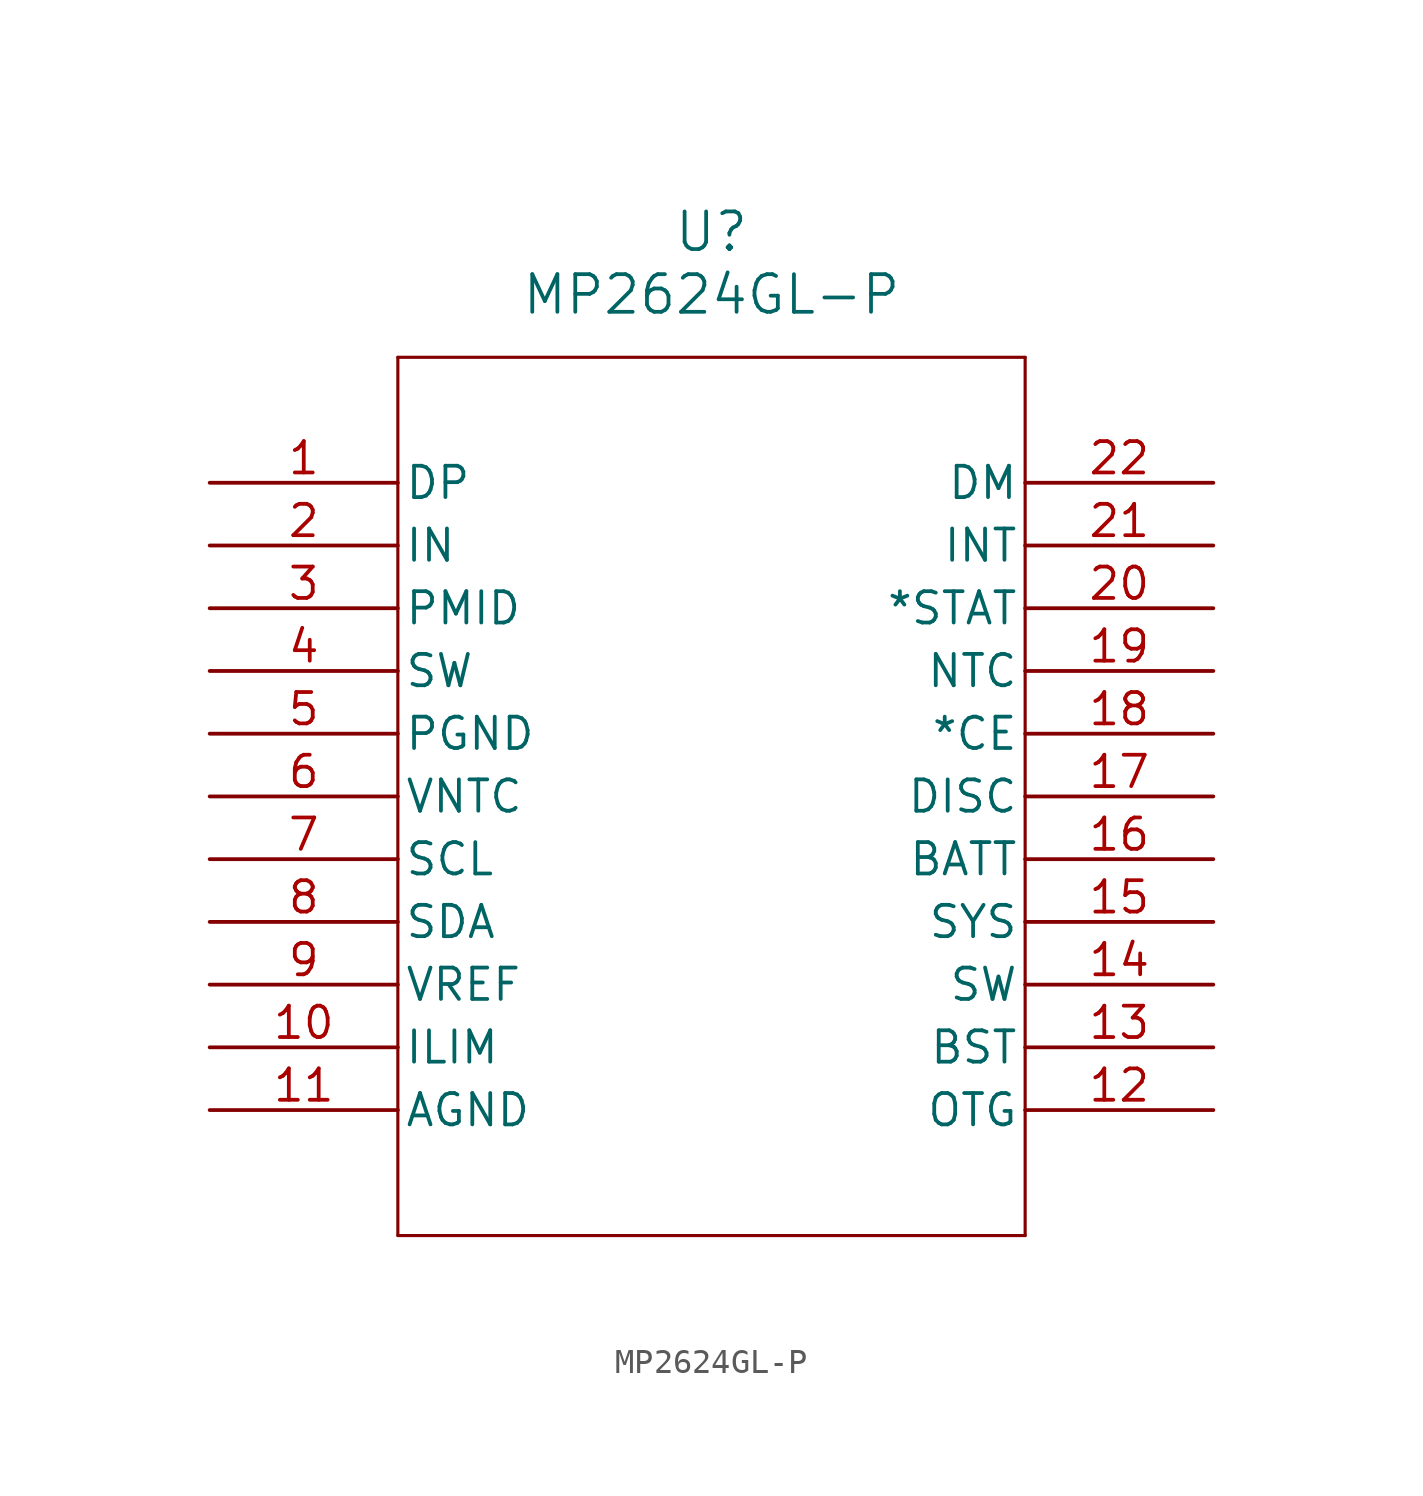
<source format=kicad_sym>
(kicad_symbol_lib
  (version 20211014)
  (generator kicad_symbol_editor)
  (symbol "MP2624GL-P"
    (pin_names
      (offset 0.254))
    (property "Reference" "U"
      (at 20.32 10.16 0)
      (effects (font (size 1.524 1.524))))
    (property "Value" "MP2624GL-P"
      (at 20.32 7.62 0)
      (effects (font (size 1.524 1.524))))
    (symbol "MP2624GL-P_0_1"
      (polyline (pts (xy 7.62 5.08) (xy 7.62 -30.48)) (stroke (width 0.127) (type default) (color 0 0 0 0)) (fill (type none)))
      (polyline (pts (xy 7.62 -30.48) (xy 33.02 -30.48)) (stroke (width 0.127) (type default) (color 0 0 0 0)) (fill (type none)))
      (polyline (pts (xy 33.02 -30.48) (xy 33.02 5.08)) (stroke (width 0.127) (type default) (color 0 0 0 0)) (fill (type none)))
      (polyline (pts (xy 33.02 5.08) (xy 7.62 5.08)) (stroke (width 0.127) (type default) (color 0 0 0 0)) (fill (type none)))
      (pin input line (at 0 0 0) (length 7.62) (name "DP" (effects (font (size 1.27 1.27)))) (number "1" (effects (font (size 1.27 1.27)))))
      (pin power_in line (at 0 -2.54 0) (length 7.62) (name "IN" (effects (font (size 1.27 1.27)))) (number "2" (effects (font (size 1.27 1.27)))))
      (pin power_in line (at 0 -5.08 0) (length 7.62) (name "PMID" (effects (font (size 1.27 1.27)))) (number "3" (effects (font (size 1.27 1.27)))))
      (pin power_in line (at 0 -7.62 0) (length 7.62) (name "SW" (effects (font (size 1.27 1.27)))) (number "4" (effects (font (size 1.27 1.27)))))
      (pin power_in line (at 0 -10.16 0) (length 7.62) (name "PGND" (effects (font (size 1.27 1.27)))) (number "5" (effects (font (size 1.27 1.27)))))
      (pin output line (at 0 -12.7 0) (length 7.62) (name "VNTC" (effects (font (size 1.27 1.27)))) (number "6" (effects (font (size 1.27 1.27)))))
      (pin bidirectional line (at 0 -15.24 0) (length 7.62) (name "SCL" (effects (font (size 1.27 1.27)))) (number "7" (effects (font (size 1.27 1.27)))))
      (pin bidirectional line (at 0 -17.78 0) (length 7.62) (name "SDA" (effects (font (size 1.27 1.27)))) (number "8" (effects (font (size 1.27 1.27)))))
      (pin power_in line (at 0 -20.32 0) (length 7.62) (name "VREF" (effects (font (size 1.27 1.27)))) (number "9" (effects (font (size 1.27 1.27)))))
      (pin input line (at 0 -22.86 0) (length 7.62) (name "ILIM" (effects (font (size 1.27 1.27)))) (number "10" (effects (font (size 1.27 1.27)))))
      (pin bidirectional line (at 0 -25.4 0) (length 7.62) (name "AGND" (effects (font (size 1.27 1.27)))) (number "11" (effects (font (size 1.27 1.27)))))
      (pin input line (at 40.64 -25.4 180) (length 7.62) (name "OTG" (effects (font (size 1.27 1.27)))) (number "12" (effects (font (size 1.27 1.27)))))
      (pin power_in line (at 40.64 -22.86 180) (length 7.62) (name "BST" (effects (font (size 1.27 1.27)))) (number "13" (effects (font (size 1.27 1.27)))))
      (pin power_in line (at 40.64 -20.32 180) (length 7.62) (name "SW" (effects (font (size 1.27 1.27)))) (number "14" (effects (font (size 1.27 1.27)))))
      (pin power_in line (at 40.64 -17.78 180) (length 7.62) (name "SYS" (effects (font (size 1.27 1.27)))) (number "15" (effects (font (size 1.27 1.27)))))
      (pin power_in line (at 40.64 -15.24 180) (length 7.62) (name "BATT" (effects (font (size 1.27 1.27)))) (number "16" (effects (font (size 1.27 1.27)))))
      (pin input line (at 40.64 -12.7 180) (length 7.62) (name "DISC" (effects (font (size 1.27 1.27)))) (number "17" (effects (font (size 1.27 1.27)))))
      (pin input line (at 40.64 -10.16 180) (length 7.62) (name "*CE" (effects (font (size 1.27 1.27)))) (number "18" (effects (font (size 1.27 1.27)))))
      (pin input line (at 40.64 -7.62 180) (length 7.62) (name "NTC" (effects (font (size 1.27 1.27)))) (number "19" (effects (font (size 1.27 1.27)))))
      (pin output line (at 40.64 -5.08 180) (length 7.62) (name "*STAT" (effects (font (size 1.27 1.27)))) (number "20" (effects (font (size 1.27 1.27)))))
      (pin output line (at 40.64 -2.54 180) (length 7.62) (name "INT" (effects (font (size 1.27 1.27)))) (number "21" (effects (font (size 1.27 1.27)))))
      (pin input line (at 40.64 0 180) (length 7.62) (name "DM" (effects (font (size 1.27 1.27)))) (number "22" (effects (font (size 1.27 1.27))))))))
</source>
